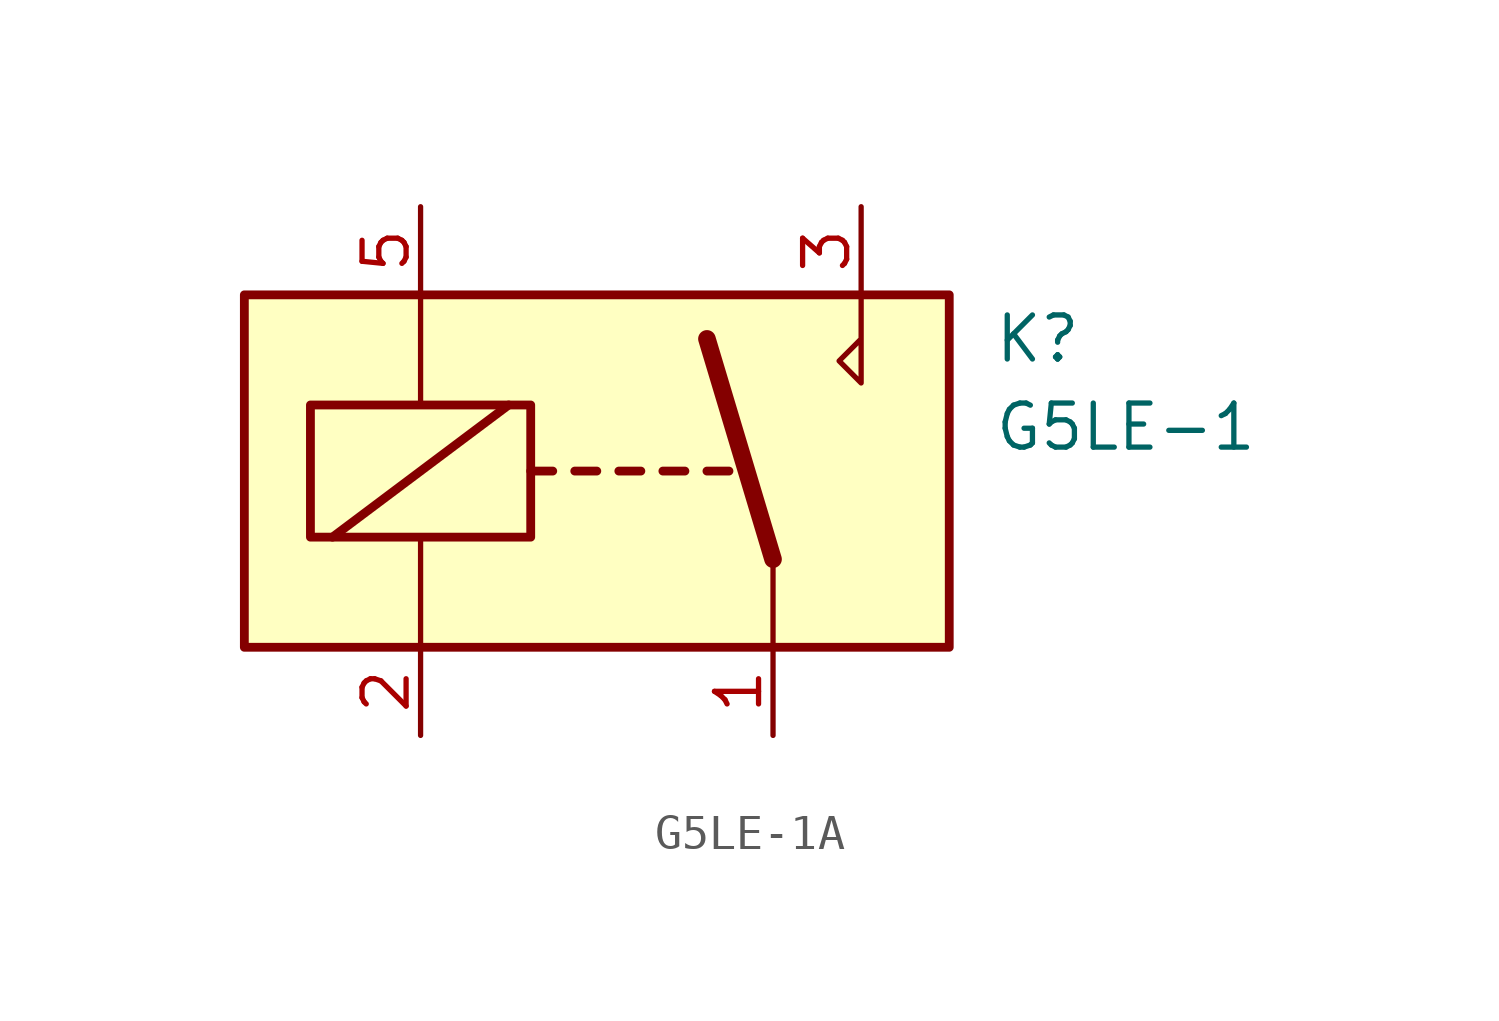
<source format=kicad_sym>
(kicad_symbol_lib
  (version 20231120)
  (generator "kicad_symbol_editor")
  (generator_version "8.0")
  (symbol "G5LE-1A"
    (property "Reference" "K"
      (at 11.43 3.81 0)
      (effects (font (size 1.27 1.27)) (justify left)))
    (property "Value" "G5LE-1"
      (at 11.43 1.27 0)
      (effects (font (size 1.27 1.27)) (justify left)))
    (symbol "G5LE-1A_0_0"
      (polyline (pts (xy 7.62 5.08) (xy 7.62 2.54) (xy 6.985 3.175) (xy 7.62 3.81)) (stroke (width 0) (type default)) (fill (type none))))
    (symbol "G5LE-1A_0_1"
      (rectangle (start -10.16 5.08) (end 10.16 -5.08) (stroke (width 0.254) (type default)) (fill (type background)))
      (rectangle (start -8.255 1.905) (end -1.905 -1.905) (stroke (width 0.254) (type default)) (fill (type none)))
      (polyline (pts (xy -7.62 -1.905) (xy -2.54 1.905)) (stroke (width 0.254) (type default)) (fill (type none)))
      (polyline (pts (xy -5.08 -5.08) (xy -5.08 -1.905)) (stroke (width 0) (type default)) (fill (type none)))
      (polyline (pts (xy -5.08 5.08) (xy -5.08 1.905)) (stroke (width 0) (type default)) (fill (type none)))
      (polyline (pts (xy -1.905 0) (xy -1.27 0)) (stroke (width 0.254) (type default)) (fill (type none)))
      (polyline (pts (xy -0.635 0) (xy 0 0)) (stroke (width 0.254) (type default)) (fill (type none)))
      (polyline (pts (xy 0.635 0) (xy 1.27 0)) (stroke (width 0.254) (type default)) (fill (type none)))
      (polyline (pts (xy 1.905 0) (xy 2.54 0)) (stroke (width 0.254) (type default)) (fill (type none)))
      (polyline (pts (xy 3.175 0) (xy 3.81 0)) (stroke (width 0.254) (type default)) (fill (type none)))
      (polyline (pts (xy 5.08 -2.54) (xy 3.175 3.81)) (stroke (width 0.508) (type default)) (fill (type none)))
      (polyline (pts (xy 5.08 -2.54) (xy 5.08 -5.08)) (stroke (width 0) (type default)) (fill (type none))))
    (symbol "G5LE-1A_1_1"
      (pin passive line (at 5.08 -7.62 90) (length 2.54) (name "~" (effects (font (size 1.27 1.27)))) (number "1" (effects (font (size 1.27 1.27)))))
      (pin passive line (at -5.08 -7.62 90) (length 2.54) (name "~" (effects (font (size 1.27 1.27)))) (number "2" (effects (font (size 1.27 1.27)))))
      (pin passive line (at 7.62 7.62 270) (length 2.54) (name "~" (effects (font (size 1.27 1.27)))) (number "3" (effects (font (size 1.27 1.27)))))
      (pin passive line (at -5.08 7.62 270) (length 2.54) (name "~" (effects (font (size 1.27 1.27)))) (number "5" (effects (font (size 1.27 1.27))))))))
</source>
